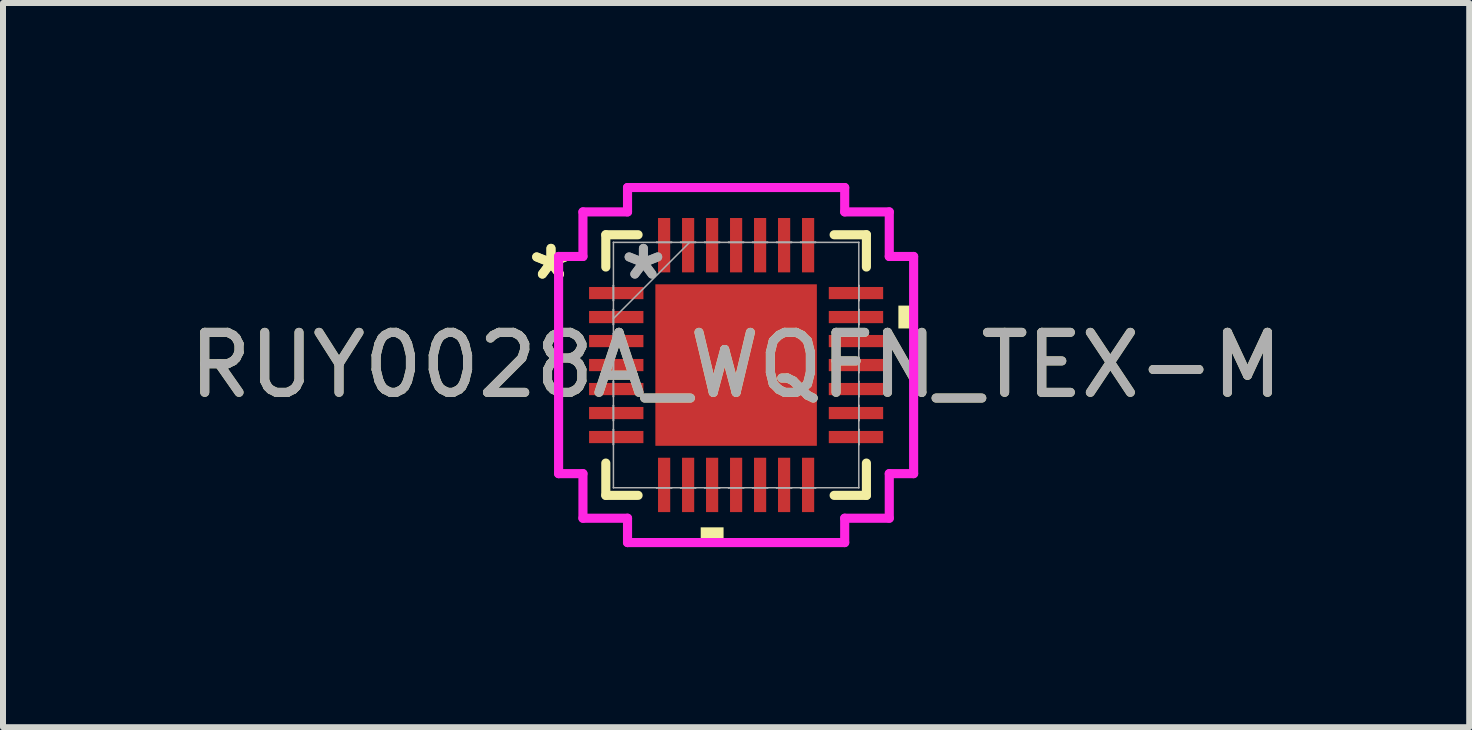
<source format=kicad_pcb>
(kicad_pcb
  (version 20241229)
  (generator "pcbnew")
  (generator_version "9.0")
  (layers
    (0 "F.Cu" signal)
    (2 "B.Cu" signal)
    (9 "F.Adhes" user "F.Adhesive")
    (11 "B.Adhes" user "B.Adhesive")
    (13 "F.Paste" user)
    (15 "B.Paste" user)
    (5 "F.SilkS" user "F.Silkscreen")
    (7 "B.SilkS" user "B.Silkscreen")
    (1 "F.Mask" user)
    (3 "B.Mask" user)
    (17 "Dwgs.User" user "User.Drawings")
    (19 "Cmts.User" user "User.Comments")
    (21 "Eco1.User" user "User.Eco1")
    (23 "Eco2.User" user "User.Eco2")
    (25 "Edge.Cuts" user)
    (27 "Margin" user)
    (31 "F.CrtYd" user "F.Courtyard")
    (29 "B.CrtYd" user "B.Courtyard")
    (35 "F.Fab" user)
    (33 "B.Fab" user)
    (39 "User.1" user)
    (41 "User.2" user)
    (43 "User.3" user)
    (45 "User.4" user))
  (footprint "RUY0028A_WQFN_TEX-M"
    (layer "F.Cu")
    (at 9.22 3.035)
    (property "Reference" "RUY0028A_WQFN_TEX-M" (at 0 0 0) (unlocked yes) (layer "F.SilkS") (effects (font (size 1 1) (thickness 0.15))))
    (attr smd)
    (fp_line (start -2.172 -2.172) (end -2.172 -1.634) (stroke (width 0.152) (type solid)) (layer "F.SilkS"))
    (fp_line (start -2.172 1.634) (end -2.172 2.172) (stroke (width 0.152) (type solid)) (layer "F.SilkS"))
    (fp_line (start -2.172 2.172) (end -1.634 2.172) (stroke (width 0.152) (type solid)) (layer "F.SilkS"))
    (fp_line (start -1.634 -2.172) (end -2.172 -2.172) (stroke (width 0.152) (type solid)) (layer "F.SilkS"))
    (fp_line (start 1.634 2.172) (end 2.172 2.172) (stroke (width 0.152) (type solid)) (layer "F.SilkS"))
    (fp_line (start 2.172 -2.172) (end 1.634 -2.172) (stroke (width 0.152) (type solid)) (layer "F.SilkS"))
    (fp_line (start 2.172 -1.634) (end 2.172 -2.172) (stroke (width 0.152) (type solid)) (layer "F.SilkS"))
    (fp_line (start 2.172 2.172) (end 2.172 1.634) (stroke (width 0.152) (type solid)) (layer "F.SilkS"))
    (fp_poly (pts (xy -0.59 2.705) (xy -0.59 2.959) (xy -0.209 2.959) (xy -0.209 2.705)) (stroke (width 0) (type solid)) (fill yes) (layer "F.SilkS"))
    (fp_poly (pts (xy 2.959 -0.991) (xy 2.959 -0.61) (xy 2.705 -0.61) (xy 2.705 -0.991)) (stroke (width 0) (type solid)) (fill yes) (layer "F.SilkS"))
    (fp_poly (pts (xy -1.246 -1.246) (xy -1.246 -0.1) (xy -0.1 -0.1) (xy -0.1 -1.246)) (stroke (width 0) (type solid)) (fill yes) (layer "F.Paste"))
    (fp_poly (pts (xy -1.246 0.1) (xy -1.246 1.246) (xy -0.1 1.246) (xy -0.1 0.1)) (stroke (width 0) (type solid)) (fill yes) (layer "F.Paste"))
    (fp_poly (pts (xy 0.1 -1.246) (xy 0.1 -0.1) (xy 1.246 -0.1) (xy 1.246 -1.246)) (stroke (width 0) (type solid)) (fill yes) (layer "F.Paste"))
    (fp_poly (pts (xy 0.1 0.1) (xy 0.1 1.246) (xy 1.246 1.246) (xy 1.246 0.1)) (stroke (width 0) (type solid)) (fill yes) (layer "F.Paste"))
    (fp_line (start -2.959 -1.81) (end -2.553 -1.81) (stroke (width 0.152) (type solid)) (layer "F.CrtYd"))
    (fp_line (start -2.959 1.81) (end -2.959 -1.81) (stroke (width 0.152) (type solid)) (layer "F.CrtYd"))
    (fp_line (start -2.553 -2.553) (end -1.81 -2.553) (stroke (width 0.152) (type solid)) (layer "F.CrtYd"))
    (fp_line (start -2.553 -1.81) (end -2.553 -2.553) (stroke (width 0.152) (type solid)) (layer "F.CrtYd"))
    (fp_line (start -2.553 1.81) (end -2.959 1.81) (stroke (width 0.152) (type solid)) (layer "F.CrtYd"))
    (fp_line (start -2.553 2.553) (end -2.553 1.81) (stroke (width 0.152) (type solid)) (layer "F.CrtYd"))
    (fp_line (start -1.81 -2.959) (end 1.81 -2.959) (stroke (width 0.152) (type solid)) (layer "F.CrtYd"))
    (fp_line (start -1.81 -2.553) (end -1.81 -2.959) (stroke (width 0.152) (type solid)) (layer "F.CrtYd"))
    (fp_line (start -1.81 2.553) (end -2.553 2.553) (stroke (width 0.152) (type solid)) (layer "F.CrtYd"))
    (fp_line (start -1.81 2.959) (end -1.81 2.553) (stroke (width 0.152) (type solid)) (layer "F.CrtYd"))
    (fp_line (start 1.81 -2.959) (end 1.81 -2.553) (stroke (width 0.152) (type solid)) (layer "F.CrtYd"))
    (fp_line (start 1.81 -2.553) (end 2.553 -2.553) (stroke (width 0.152) (type solid)) (layer "F.CrtYd"))
    (fp_line (start 1.81 2.553) (end 1.81 2.959) (stroke (width 0.152) (type solid)) (layer "F.CrtYd"))
    (fp_line (start 1.81 2.959) (end -1.81 2.959) (stroke (width 0.152) (type solid)) (layer "F.CrtYd"))
    (fp_line (start 2.553 -2.553) (end 2.553 -1.81) (stroke (width 0.152) (type solid)) (layer "F.CrtYd"))
    (fp_line (start 2.553 -1.81) (end 2.959 -1.81) (stroke (width 0.152) (type solid)) (layer "F.CrtYd"))
    (fp_line (start 2.553 1.81) (end 2.553 2.553) (stroke (width 0.152) (type solid)) (layer "F.CrtYd"))
    (fp_line (start 2.553 2.553) (end 1.81 2.553) (stroke (width 0.152) (type solid)) (layer "F.CrtYd"))
    (fp_line (start 2.959 -1.81) (end 2.959 1.81) (stroke (width 0.152) (type solid)) (layer "F.CrtYd"))
    (fp_line (start 2.959 1.81) (end 2.553 1.81) (stroke (width 0.152) (type solid)) (layer "F.CrtYd"))
    (fp_line (start -2.045 -2.045) (end -2.045 -2.045) (stroke (width 0.025) (type solid)) (layer "F.Fab"))
    (fp_line (start -2.045 -2.045) (end -2.045 2.045) (stroke (width 0.025) (type solid)) (layer "F.Fab"))
    (fp_line (start -2.045 -1.327) (end -2.045 -1.327) (stroke (width 0.025) (type solid)) (layer "F.Fab"))
    (fp_line (start -2.045 -1.327) (end -2.045 -1.073) (stroke (width 0.025) (type solid)) (layer "F.Fab"))
    (fp_line (start -2.045 -1.073) (end -2.045 -1.327) (stroke (width 0.025) (type solid)) (layer "F.Fab"))
    (fp_line (start -2.045 -1.073) (end -2.045 -1.073) (stroke (width 0.025) (type solid)) (layer "F.Fab"))
    (fp_line (start -2.045 -0.927) (end -2.045 -0.927) (stroke (width 0.025) (type solid)) (layer "F.Fab"))
    (fp_line (start -2.045 -0.927) (end -2.045 -0.673) (stroke (width 0.025) (type solid)) (layer "F.Fab"))
    (fp_line (start -2.045 -0.775) (end -0.775 -2.045) (stroke (width 0.025) (type solid)) (layer "F.Fab"))
    (fp_line (start -2.045 -0.673) (end -2.045 -0.927) (stroke (width 0.025) (type solid)) (layer "F.Fab"))
    (fp_line (start -2.045 -0.673) (end -2.045 -0.673) (stroke (width 0.025) (type solid)) (layer "F.Fab"))
    (fp_line (start -2.045 -0.527) (end -2.045 -0.527) (stroke (width 0.025) (type solid)) (layer "F.Fab"))
    (fp_line (start -2.045 -0.527) (end -2.045 -0.273) (stroke (width 0.025) (type solid)) (layer "F.Fab"))
    (fp_line (start -2.045 -0.273) (end -2.045 -0.527) (stroke (width 0.025) (type solid)) (layer "F.Fab"))
    (fp_line (start -2.045 -0.273) (end -2.045 -0.273) (stroke (width 0.025) (type solid)) (layer "F.Fab"))
    (fp_line (start -2.045 -0.127) (end -2.045 -0.127) (stroke (width 0.025) (type solid)) (layer "F.Fab"))
    (fp_line (start -2.045 -0.127) (end -2.045 0.127) (stroke (width 0.025) (type solid)) (layer "F.Fab"))
    (fp_line (start -2.045 0.127) (end -2.045 -0.127) (stroke (width 0.025) (type solid)) (layer "F.Fab"))
    (fp_line (start -2.045 0.127) (end -2.045 0.127) (stroke (width 0.025) (type solid)) (layer "F.Fab"))
    (fp_line (start -2.045 0.273) (end -2.045 0.273) (stroke (width 0.025) (type solid)) (layer "F.Fab"))
    (fp_line (start -2.045 0.273) (end -2.045 0.527) (stroke (width 0.025) (type solid)) (layer "F.Fab"))
    (fp_line (start -2.045 0.527) (end -2.045 0.273) (stroke (width 0.025) (type solid)) (layer "F.Fab"))
    (fp_line (start -2.045 0.527) (end -2.045 0.527) (stroke (width 0.025) (type solid)) (layer "F.Fab"))
    (fp_line (start -2.045 0.673) (end -2.045 0.673) (stroke (width 0.025) (type solid)) (layer "F.Fab"))
    (fp_line (start -2.045 0.673) (end -2.045 0.927) (stroke (width 0.025) (type solid)) (layer "F.Fab"))
    (fp_line (start -2.045 0.927) (end -2.045 0.673) (stroke (width 0.025) (type solid)) (layer "F.Fab"))
    (fp_line (start -2.045 0.927) (end -2.045 0.927) (stroke (width 0.025) (type solid)) (layer "F.Fab"))
    (fp_line (start -2.045 1.073) (end -2.045 1.073) (stroke (width 0.025) (type solid)) (layer "F.Fab"))
    (fp_line (start -2.045 1.073) (end -2.045 1.327) (stroke (width 0.025) (type solid)) (layer "F.Fab"))
    (fp_line (start -2.045 1.327) (end -2.045 1.073) (stroke (width 0.025) (type solid)) (layer "F.Fab"))
    (fp_line (start -2.045 1.327) (end -2.045 1.327) (stroke (width 0.025) (type solid)) (layer "F.Fab"))
    (fp_line (start -2.045 2.045) (end -2.045 2.045) (stroke (width 0.025) (type solid)) (layer "F.Fab"))
    (fp_line (start -2.045 2.045) (end 2.045 2.045) (stroke (width 0.025) (type solid)) (layer "F.Fab"))
    (fp_line (start -1.327 -2.045) (end -1.327 -2.045) (stroke (width 0.025) (type solid)) (layer "F.Fab"))
    (fp_line (start -1.327 -2.045) (end -1.073 -2.045) (stroke (width 0.025) (type solid)) (layer "F.Fab"))
    (fp_line (start -1.327 2.045) (end -1.327 2.045) (stroke (width 0.025) (type solid)) (layer "F.Fab"))
    (fp_line (start -1.327 2.045) (end -1.073 2.045) (stroke (width 0.025) (type solid)) (layer "F.Fab"))
    (fp_line (start -1.073 -2.045) (end -1.327 -2.045) (stroke (width 0.025) (type solid)) (layer "F.Fab"))
    (fp_line (start -1.073 -2.045) (end -1.073 -2.045) (stroke (width 0.025) (type solid)) (layer "F.Fab"))
    (fp_line (start -1.073 2.045) (end -1.327 2.045) (stroke (width 0.025) (type solid)) (layer "F.Fab"))
    (fp_line (start -1.073 2.045) (end -1.073 2.045) (stroke (width 0.025) (type solid)) (layer "F.Fab"))
    (fp_line (start -0.927 -2.045) (end -0.927 -2.045) (stroke (width 0.025) (type solid)) (layer "F.Fab"))
    (fp_line (start -0.927 -2.045) (end -0.673 -2.045) (stroke (width 0.025) (type solid)) (layer "F.Fab"))
    (fp_line (start -0.927 2.045) (end -0.927 2.045) (stroke (width 0.025) (type solid)) (layer "F.Fab"))
    (fp_line (start -0.927 2.045) (end -0.673 2.045) (stroke (width 0.025) (type solid)) (layer "F.Fab"))
    (fp_line (start -0.673 -2.045) (end -0.927 -2.045) (stroke (width 0.025) (type solid)) (layer "F.Fab"))
    (fp_line (start -0.673 -2.045) (end -0.673 -2.045) (stroke (width 0.025) (type solid)) (layer "F.Fab"))
    (fp_line (start -0.673 2.045) (end -0.927 2.045) (stroke (width 0.025) (type solid)) (layer "F.Fab"))
    (fp_line (start -0.673 2.045) (end -0.673 2.045) (stroke (width 0.025) (type solid)) (layer "F.Fab"))
    (fp_line (start -0.527 -2.045) (end -0.527 -2.045) (stroke (width 0.025) (type solid)) (layer "F.Fab"))
    (fp_line (start -0.527 -2.045) (end -0.273 -2.045) (stroke (width 0.025) (type solid)) (layer "F.Fab"))
    (fp_line (start -0.527 2.045) (end -0.527 2.045) (stroke (width 0.025) (type solid)) (layer "F.Fab"))
    (fp_line (start -0.527 2.045) (end -0.273 2.045) (stroke (width 0.025) (type solid)) (layer "F.Fab"))
    (fp_line (start -0.273 -2.045) (end -0.527 -2.045) (stroke (width 0.025) (type solid)) (layer "F.Fab"))
    (fp_line (start -0.273 -2.045) (end -0.273 -2.045) (stroke (width 0.025) (type solid)) (layer "F.Fab"))
    (fp_line (start -0.273 2.045) (end -0.527 2.045) (stroke (width 0.025) (type solid)) (layer "F.Fab"))
    (fp_line (start -0.273 2.045) (end -0.273 2.045) (stroke (width 0.025) (type solid)) (layer "F.Fab"))
    (fp_line (start -0.127 -2.045) (end -0.127 -2.045) (stroke (width 0.025) (type solid)) (layer "F.Fab"))
    (fp_line (start -0.127 -2.045) (end 0.127 -2.045) (stroke (width 0.025) (type solid)) (layer "F.Fab"))
    (fp_line (start -0.127 2.045) (end -0.127 2.045) (stroke (width 0.025) (type solid)) (layer "F.Fab"))
    (fp_line (start -0.127 2.045) (end 0.127 2.045) (stroke (width 0.025) (type solid)) (layer "F.Fab"))
    (fp_line (start 0.127 -2.045) (end -0.127 -2.045) (stroke (width 0.025) (type solid)) (layer "F.Fab"))
    (fp_line (start 0.127 -2.045) (end 0.127 -2.045) (stroke (width 0.025) (type solid)) (layer "F.Fab"))
    (fp_line (start 0.127 2.045) (end -0.127 2.045) (stroke (width 0.025) (type solid)) (layer "F.Fab"))
    (fp_line (start 0.127 2.045) (end 0.127 2.045) (stroke (width 0.025) (type solid)) (layer "F.Fab"))
    (fp_line (start 0.273 -2.045) (end 0.273 -2.045) (stroke (width 0.025) (type solid)) (layer "F.Fab"))
    (fp_line (start 0.273 -2.045) (end 0.527 -2.045) (stroke (width 0.025) (type solid)) (layer "F.Fab"))
    (fp_line (start 0.273 2.045) (end 0.273 2.045) (stroke (width 0.025) (type solid)) (layer "F.Fab"))
    (fp_line (start 0.273 2.045) (end 0.527 2.045) (stroke (width 0.025) (type solid)) (layer "F.Fab"))
    (fp_line (start 0.527 -2.045) (end 0.273 -2.045) (stroke (width 0.025) (type solid)) (layer "F.Fab"))
    (fp_line (start 0.527 -2.045) (end 0.527 -2.045) (stroke (width 0.025) (type solid)) (layer "F.Fab"))
    (fp_line (start 0.527 2.045) (end 0.273 2.045) (stroke (width 0.025) (type solid)) (layer "F.Fab"))
    (fp_line (start 0.527 2.045) (end 0.527 2.045) (stroke (width 0.025) (type solid)) (layer "F.Fab"))
    (fp_line (start 0.673 -2.045) (end 0.673 -2.045) (stroke (width 0.025) (type solid)) (layer "F.Fab"))
    (fp_line (start 0.673 -2.045) (end 0.927 -2.045) (stroke (width 0.025) (type solid)) (layer "F.Fab"))
    (fp_line (start 0.673 2.045) (end 0.673 2.045) (stroke (width 0.025) (type solid)) (layer "F.Fab"))
    (fp_line (start 0.673 2.045) (end 0.927 2.045) (stroke (width 0.025) (type solid)) (layer "F.Fab"))
    (fp_line (start 0.927 -2.045) (end 0.673 -2.045) (stroke (width 0.025) (type solid)) (layer "F.Fab"))
    (fp_line (start 0.927 -2.045) (end 0.927 -2.045) (stroke (width 0.025) (type solid)) (layer "F.Fab"))
    (fp_line (start 0.927 2.045) (end 0.673 2.045) (stroke (width 0.025) (type solid)) (layer "F.Fab"))
    (fp_line (start 0.927 2.045) (end 0.927 2.045) (stroke (width 0.025) (type solid)) (layer "F.Fab"))
    (fp_line (start 1.073 -2.045) (end 1.073 -2.045) (stroke (width 0.025) (type solid)) (layer "F.Fab"))
    (fp_line (start 1.073 -2.045) (end 1.327 -2.045) (stroke (width 0.025) (type solid)) (layer "F.Fab"))
    (fp_line (start 1.073 2.045) (end 1.073 2.045) (stroke (width 0.025) (type solid)) (layer "F.Fab"))
    (fp_line (start 1.073 2.045) (end 1.327 2.045) (stroke (width 0.025) (type solid)) (layer "F.Fab"))
    (fp_line (start 1.327 -2.045) (end 1.073 -2.045) (stroke (width 0.025) (type solid)) (layer "F.Fab"))
    (fp_line (start 1.327 -2.045) (end 1.327 -2.045) (stroke (width 0.025) (type solid)) (layer "F.Fab"))
    (fp_line (start 1.327 2.045) (end 1.073 2.045) (stroke (width 0.025) (type solid)) (layer "F.Fab"))
    (fp_line (start 1.327 2.045) (end 1.327 2.045) (stroke (width 0.025) (type solid)) (layer "F.Fab"))
    (fp_line (start 2.045 -2.045) (end -2.045 -2.045) (stroke (width 0.025) (type solid)) (layer "F.Fab"))
    (fp_line (start 2.045 -2.045) (end 2.045 -2.045) (stroke (width 0.025) (type solid)) (layer "F.Fab"))
    (fp_line (start 2.045 -1.327) (end 2.045 -1.327) (stroke (width 0.025) (type solid)) (layer "F.Fab"))
    (fp_line (start 2.045 -1.327) (end 2.045 -1.073) (stroke (width 0.025) (type solid)) (layer "F.Fab"))
    (fp_line (start 2.045 -1.073) (end 2.045 -1.327) (stroke (width 0.025) (type solid)) (layer "F.Fab"))
    (fp_line (start 2.045 -1.073) (end 2.045 -1.073) (stroke (width 0.025) (type solid)) (layer "F.Fab"))
    (fp_line (start 2.045 -0.927) (end 2.045 -0.927) (stroke (width 0.025) (type solid)) (layer "F.Fab"))
    (fp_line (start 2.045 -0.927) (end 2.045 -0.673) (stroke (width 0.025) (type solid)) (layer "F.Fab"))
    (fp_line (start 2.045 -0.673) (end 2.045 -0.927) (stroke (width 0.025) (type solid)) (layer "F.Fab"))
    (fp_line (start 2.045 -0.673) (end 2.045 -0.673) (stroke (width 0.025) (type solid)) (layer "F.Fab"))
    (fp_line (start 2.045 -0.527) (end 2.045 -0.527) (stroke (width 0.025) (type solid)) (layer "F.Fab"))
    (fp_line (start 2.045 -0.527) (end 2.045 -0.273) (stroke (width 0.025) (type solid)) (layer "F.Fab"))
    (fp_line (start 2.045 -0.273) (end 2.045 -0.527) (stroke (width 0.025) (type solid)) (layer "F.Fab"))
    (fp_line (start 2.045 -0.273) (end 2.045 -0.273) (stroke (width 0.025) (type solid)) (layer "F.Fab"))
    (fp_line (start 2.045 -0.127) (end 2.045 -0.127) (stroke (width 0.025) (type solid)) (layer "F.Fab"))
    (fp_line (start 2.045 -0.127) (end 2.045 0.127) (stroke (width 0.025) (type solid)) (layer "F.Fab"))
    (fp_line (start 2.045 0.127) (end 2.045 -0.127) (stroke (width 0.025) (type solid)) (layer "F.Fab"))
    (fp_line (start 2.045 0.127) (end 2.045 0.127) (stroke (width 0.025) (type solid)) (layer "F.Fab"))
    (fp_line (start 2.045 0.273) (end 2.045 0.273) (stroke (width 0.025) (type solid)) (layer "F.Fab"))
    (fp_line (start 2.045 0.273) (end 2.045 0.527) (stroke (width 0.025) (type solid)) (layer "F.Fab"))
    (fp_line (start 2.045 0.527) (end 2.045 0.273) (stroke (width 0.025) (type solid)) (layer "F.Fab"))
    (fp_line (start 2.045 0.527) (end 2.045 0.527) (stroke (width 0.025) (type solid)) (layer "F.Fab"))
    (fp_line (start 2.045 0.673) (end 2.045 0.673) (stroke (width 0.025) (type solid)) (layer "F.Fab"))
    (fp_line (start 2.045 0.673) (end 2.045 0.927) (stroke (width 0.025) (type solid)) (layer "F.Fab"))
    (fp_line (start 2.045 0.927) (end 2.045 0.673) (stroke (width 0.025) (type solid)) (layer "F.Fab"))
    (fp_line (start 2.045 0.927) (end 2.045 0.927) (stroke (width 0.025) (type solid)) (layer "F.Fab"))
    (fp_line (start 2.045 1.073) (end 2.045 1.073) (stroke (width 0.025) (type solid)) (layer "F.Fab"))
    (fp_line (start 2.045 1.073) (end 2.045 1.327) (stroke (width 0.025) (type solid)) (layer "F.Fab"))
    (fp_line (start 2.045 1.327) (end 2.045 1.073) (stroke (width 0.025) (type solid)) (layer "F.Fab"))
    (fp_line (start 2.045 1.327) (end 2.045 1.327) (stroke (width 0.025) (type solid)) (layer "F.Fab"))
    (fp_line (start 2.045 2.045) (end 2.045 -2.045) (stroke (width 0.025) (type solid)) (layer "F.Fab"))
    (fp_line (start 2.045 2.045) (end 2.045 2.045) (stroke (width 0.025) (type solid)) (layer "F.Fab"))
    (fp_text user "*" (at -3.086 -1.4 0) (layer "F.SilkS") (effects (font (size 1 1) (thickness 0.15))))
    (fp_text user "*" (at -3.086 -1.4 0) (unlocked yes) (layer "F.SilkS") (effects (font (size 1 1) (thickness 0.15))))
    (fp_text user "${REFERENCE}" (at 0 0 0) (unlocked yes) (layer "F.Fab") (effects (font (size 1 1) (thickness 0.15))))
    (fp_text user "*" (at -1.545 -1.4 0) (unlocked yes) (layer "F.Fab") (effects (font (size 1 1) (thickness 0.15))))
    (fp_text user "*" (at -1.545 -1.4 0) (layer "F.Fab") (effects (font (size 1 1) (thickness 0.15))))
    (pad "1" smd rect (at -1.998 -1.2 90) (size 0.203 0.906) (layers "F.Cu" "F.Mask" "F.Paste"))
    (pad "2" smd rect (at -1.998 -0.8 90) (size 0.203 0.906) (layers "F.Cu" "F.Mask" "F.Paste"))
    (pad "3" smd rect (at -1.998 -0.4 90) (size 0.203 0.906) (layers "F.Cu" "F.Mask" "F.Paste"))
    (pad "4" smd rect (at -1.998 0 90) (size 0.203 0.906) (layers "F.Cu" "F.Mask" "F.Paste"))
    (pad "5" smd rect (at -1.998 0.4 90) (size 0.203 0.906) (layers "F.Cu" "F.Mask" "F.Paste"))
    (pad "6" smd rect (at -1.998 0.8 90) (size 0.203 0.906) (layers "F.Cu" "F.Mask" "F.Paste"))
    (pad "7" smd rect (at -1.998 1.2 90) (size 0.203 0.906) (layers "F.Cu" "F.Mask" "F.Paste"))
    (pad "8" smd rect (at -1.2 1.998) (size 0.203 0.906) (layers "F.Cu" "F.Mask" "F.Paste"))
    (pad "9" smd rect (at -0.8 1.998) (size 0.203 0.906) (layers "F.Cu" "F.Mask" "F.Paste"))
    (pad "10" smd rect (at -0.4 1.998) (size 0.203 0.906) (layers "F.Cu" "F.Mask" "F.Paste"))
    (pad "11" smd rect (at 0 1.998) (size 0.203 0.906) (layers "F.Cu" "F.Mask" "F.Paste"))
    (pad "12" smd rect (at 0.4 1.998) (size 0.203 0.906) (layers "F.Cu" "F.Mask" "F.Paste"))
    (pad "13" smd rect (at 0.8 1.998) (size 0.203 0.906) (layers "F.Cu" "F.Mask" "F.Paste"))
    (pad "14" smd rect (at 1.2 1.998) (size 0.203 0.906) (layers "F.Cu" "F.Mask" "F.Paste"))
    (pad "15" smd rect (at 1.998 1.2 90) (size 0.203 0.906) (layers "F.Cu" "F.Mask" "F.Paste"))
    (pad "16" smd rect (at 1.998 0.8 90) (size 0.203 0.906) (layers "F.Cu" "F.Mask" "F.Paste"))
    (pad "17" smd rect (at 1.998 0.4 90) (size 0.203 0.906) (layers "F.Cu" "F.Mask" "F.Paste"))
    (pad "18" smd rect (at 1.998 0 90) (size 0.203 0.906) (layers "F.Cu" "F.Mask" "F.Paste"))
    (pad "19" smd rect (at 1.998 -0.4 90) (size 0.203 0.906) (layers "F.Cu" "F.Mask" "F.Paste"))
    (pad "20" smd rect (at 1.998 -0.8 90) (size 0.203 0.906) (layers "F.Cu" "F.Mask" "F.Paste"))
    (pad "21" smd rect (at 1.998 -1.2 90) (size 0.203 0.906) (layers "F.Cu" "F.Mask" "F.Paste"))
    (pad "22" smd rect (at 1.2 -1.998) (size 0.203 0.906) (layers "F.Cu" "F.Mask" "F.Paste"))
    (pad "23" smd rect (at 0.8 -1.998) (size 0.203 0.906) (layers "F.Cu" "F.Mask" "F.Paste"))
    (pad "24" smd rect (at 0.4 -1.998) (size 0.203 0.906) (layers "F.Cu" "F.Mask" "F.Paste"))
    (pad "25" smd rect (at 0 -1.998) (size 0.203 0.906) (layers "F.Cu" "F.Mask" "F.Paste"))
    (pad "26" smd rect (at -0.4 -1.998) (size 0.203 0.906) (layers "F.Cu" "F.Mask" "F.Paste"))
    (pad "27" smd rect (at -0.8 -1.998) (size 0.203 0.906) (layers "F.Cu" "F.Mask" "F.Paste"))
    (pad "28" smd rect (at -1.2 -1.998) (size 0.203 0.906) (layers "F.Cu" "F.Mask" "F.Paste"))
    (pad "29" smd rect (at 0 0) (size 2.692 2.692) (layers "F.Cu" "F.Mask")))
  (gr_rect
    (start -3 -3)
    (end 21.44 9.071)
    (stroke (width 0.1) (type default))
    (fill no)
    (layer "Edge.Cuts")))
</source>
